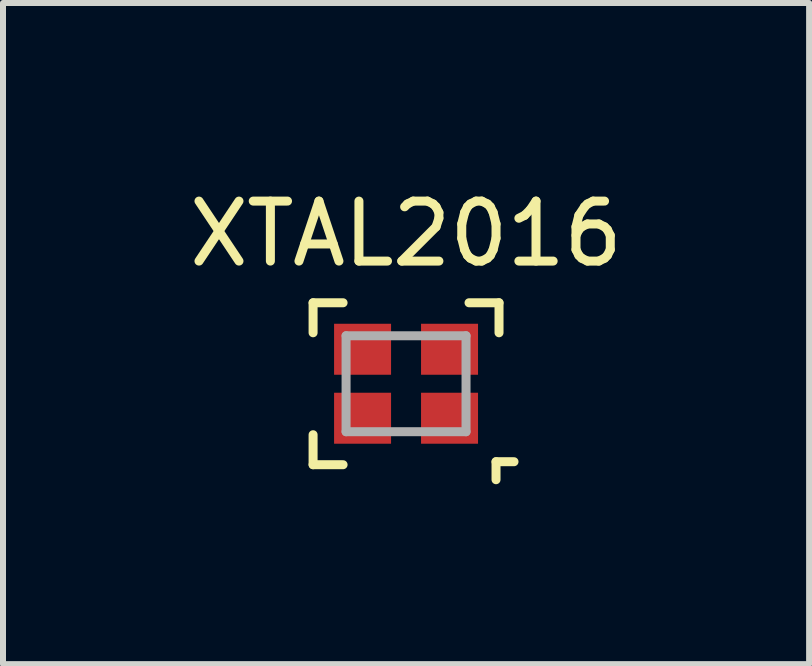
<source format=kicad_pcb>
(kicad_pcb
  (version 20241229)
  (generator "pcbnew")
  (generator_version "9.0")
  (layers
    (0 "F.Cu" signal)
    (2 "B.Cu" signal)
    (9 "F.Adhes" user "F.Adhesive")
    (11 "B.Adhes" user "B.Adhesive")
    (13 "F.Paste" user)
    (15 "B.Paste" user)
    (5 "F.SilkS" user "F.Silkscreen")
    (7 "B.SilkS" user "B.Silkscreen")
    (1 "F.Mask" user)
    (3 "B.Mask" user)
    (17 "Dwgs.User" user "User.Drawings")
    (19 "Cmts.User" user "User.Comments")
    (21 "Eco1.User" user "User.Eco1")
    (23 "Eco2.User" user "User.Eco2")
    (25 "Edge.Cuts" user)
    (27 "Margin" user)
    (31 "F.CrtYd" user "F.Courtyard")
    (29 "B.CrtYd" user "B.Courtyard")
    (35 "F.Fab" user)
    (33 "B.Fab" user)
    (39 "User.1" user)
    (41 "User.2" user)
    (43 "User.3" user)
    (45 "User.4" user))
  (footprint "XTAL2016"
    (layer "F.Cu")
    (at 3.72 3.348)
    (property "Reference" "XTAL2016" (at 0 -2.5 0) (layer "F.SilkS") (effects (font (size 1 1) (thickness 0.15))))
    (attr through_hole)
    (fp_line (start -1.55 -1.35) (end -1.55 -0.85) (stroke (width 0.15) (type solid)) (layer "F.SilkS"))
    (fp_line (start -1.55 1.35) (end -1.55 0.85) (stroke (width 0.15) (type solid)) (layer "F.SilkS"))
    (fp_line (start -1.05 -1.35) (end -1.55 -1.35) (stroke (width 0.15) (type solid)) (layer "F.SilkS"))
    (fp_line (start -1.05 1.35) (end -1.55 1.35) (stroke (width 0.15) (type solid)) (layer "F.SilkS"))
    (fp_line (start 1.05 -1.35) (end 1.55 -1.35) (stroke (width 0.15) (type solid)) (layer "F.SilkS"))
    (fp_line (start 1.5 1.3) (end 1.5 1.6) (stroke (width 0.15) (type solid)) (layer "F.SilkS"))
    (fp_line (start 1.5 1.3) (end 1.8 1.3) (stroke (width 0.15) (type solid)) (layer "F.SilkS"))
    (fp_line (start 1.55 -1.35) (end 1.55 -0.85) (stroke (width 0.15) (type solid)) (layer "F.SilkS"))
    (fp_line (start -1 -0.8) (end 1 -0.8) (stroke (width 0.15) (type solid)) (layer "F.Fab"))
    (fp_line (start -1 0.8) (end -1 -0.8) (stroke (width 0.15) (type solid)) (layer "F.Fab"))
    (fp_line (start -1 0.8) (end 1 0.8) (stroke (width 0.15) (type solid)) (layer "F.Fab"))
    (fp_line (start 1 -0.8) (end 1 0.8) (stroke (width 0.15) (type solid)) (layer "F.Fab"))
    (pad "1" smd rect (at -0.725 0.575) (size 0.95 0.85) (layers "F.Cu" "F.Mask" "F.Paste"))
    (pad "2" smd rect (at 0.725 -0.575) (size 0.95 0.85) (layers "F.Cu" "F.Mask" "F.Paste"))
    (pad "3" smd rect (at -0.725 -0.575) (size 0.95 0.85) (layers "F.Cu" "F.Mask" "F.Paste"))
    (pad "3" smd rect (at 0.725 0.575) (size 0.95 0.85) (layers "F.Cu" "F.Mask" "F.Paste")))
  (gr_rect
    (start -3 -3)
    (end 10.44 8.023)
    (stroke (width 0.1) (type default))
    (fill no)
    (layer "Edge.Cuts")))
</source>
